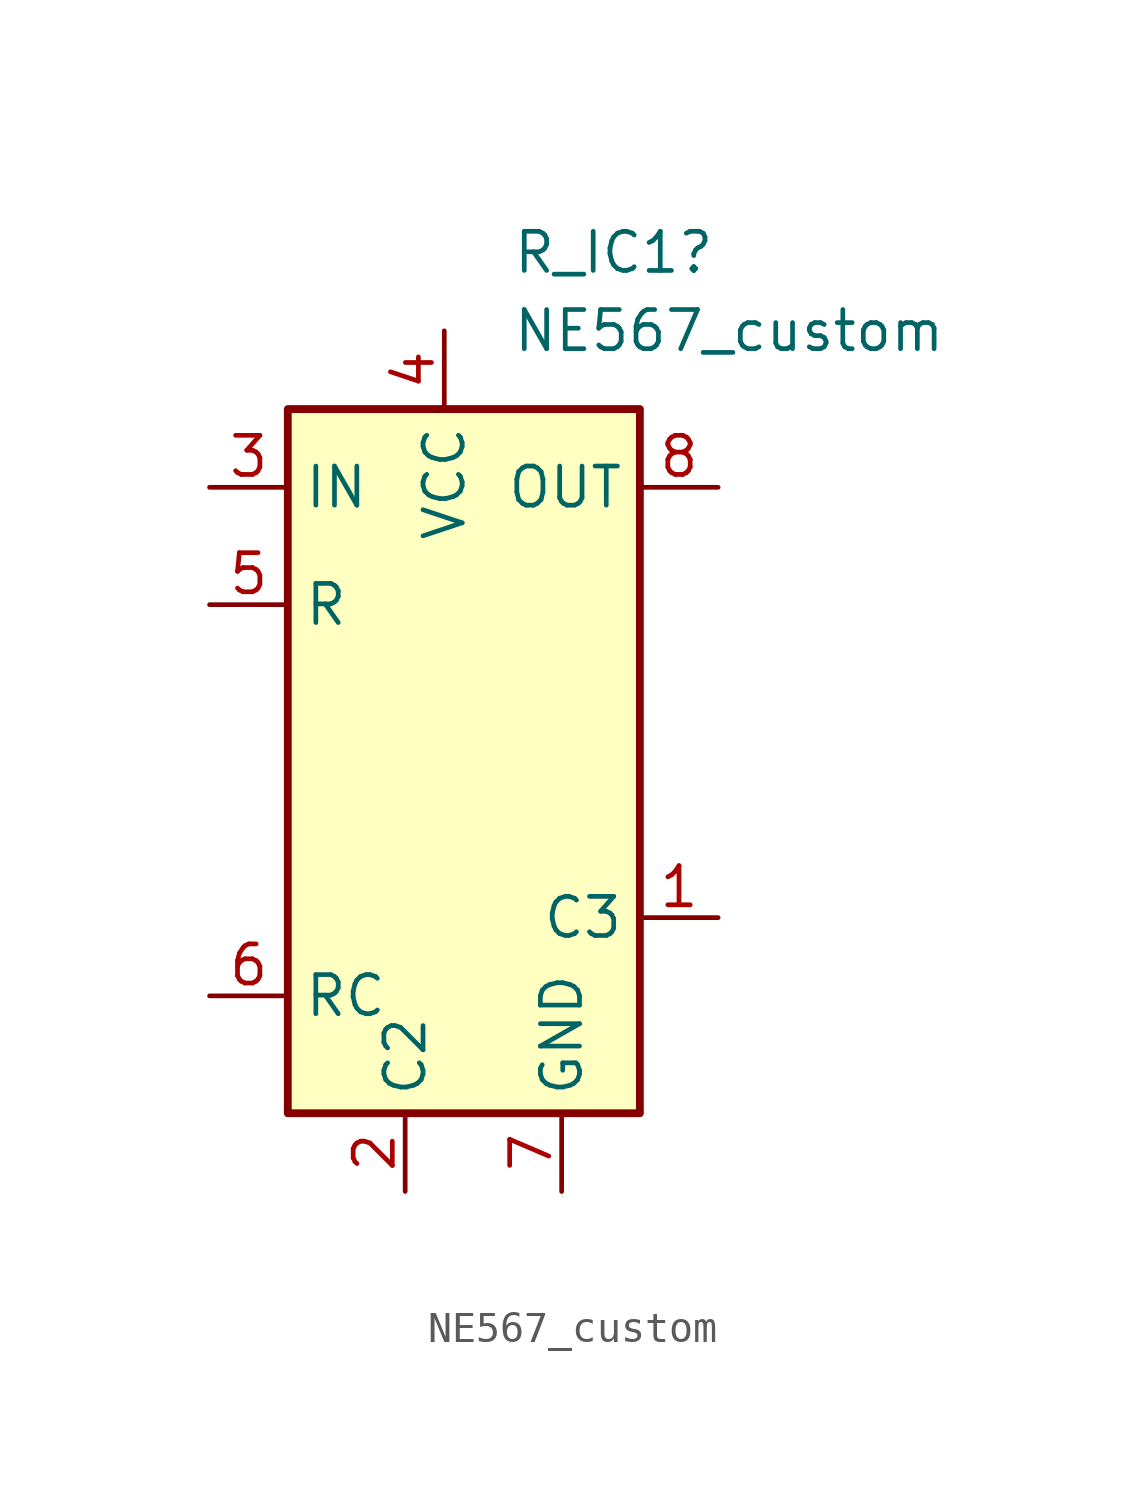
<source format=kicad_sym>
(kicad_symbol_lib
  (version 20231120)
  (generator "kicad_symbol_editor")
  (generator_version "8.0")
  (symbol "NE567_custom"
    (property "Reference" "R_IC1"
      (at -2.886 35.56 0)
      (effects (font (size 1.27 1.27)) (justify left)))
    (property "Value" "NE567_custom"
      (at -2.886 33.02 0)
      (effects (font (size 1.27 1.27)) (justify left)))
    (symbol "NE567_custom_0_1"
      (rectangle (start -10.16 30.48) (end 1.27 7.62) (stroke (width 0.254) (type default)) (fill (type background))))
    (symbol "NE567_custom_1_1"
      (pin output line (at 3.81 13.97 180) (length 2.54) (name "C3" (effects (font (size 1.27 1.27)))) (number "1" (effects (font (size 1.27 1.27)))))
      (pin output line (at -6.35 5.08 90) (length 2.54) (name "C2" (effects (font (size 1.27 1.27)))) (number "2" (effects (font (size 1.27 1.27)))))
      (pin input line (at -12.7 27.94 0) (length 2.54) (name "IN" (effects (font (size 1.27 1.27)))) (number "3" (effects (font (size 1.27 1.27)))))
      (pin power_in line (at -5.08 33.02 270) (length 2.54) (name "VCC" (effects (font (size 1.27 1.27)))) (number "4" (effects (font (size 1.27 1.27)))))
      (pin input line (at -12.7 24.13 0) (length 2.54) (name "R" (effects (font (size 1.27 1.27)))) (number "5" (effects (font (size 1.27 1.27)))))
      (pin input line (at -12.7 11.43 0) (length 2.54) (name "RC" (effects (font (size 1.27 1.27)))) (number "6" (effects (font (size 1.27 1.27)))))
      (pin power_in line (at -1.27 5.08 90) (length 2.54) (name "GND" (effects (font (size 1.27 1.27)))) (number "7" (effects (font (size 1.27 1.27)))))
      (pin output line (at 3.81 27.94 180) (length 2.54) (name "OUT" (effects (font (size 1.27 1.27)))) (number "8" (effects (font (size 1.27 1.27))))))))
</source>
